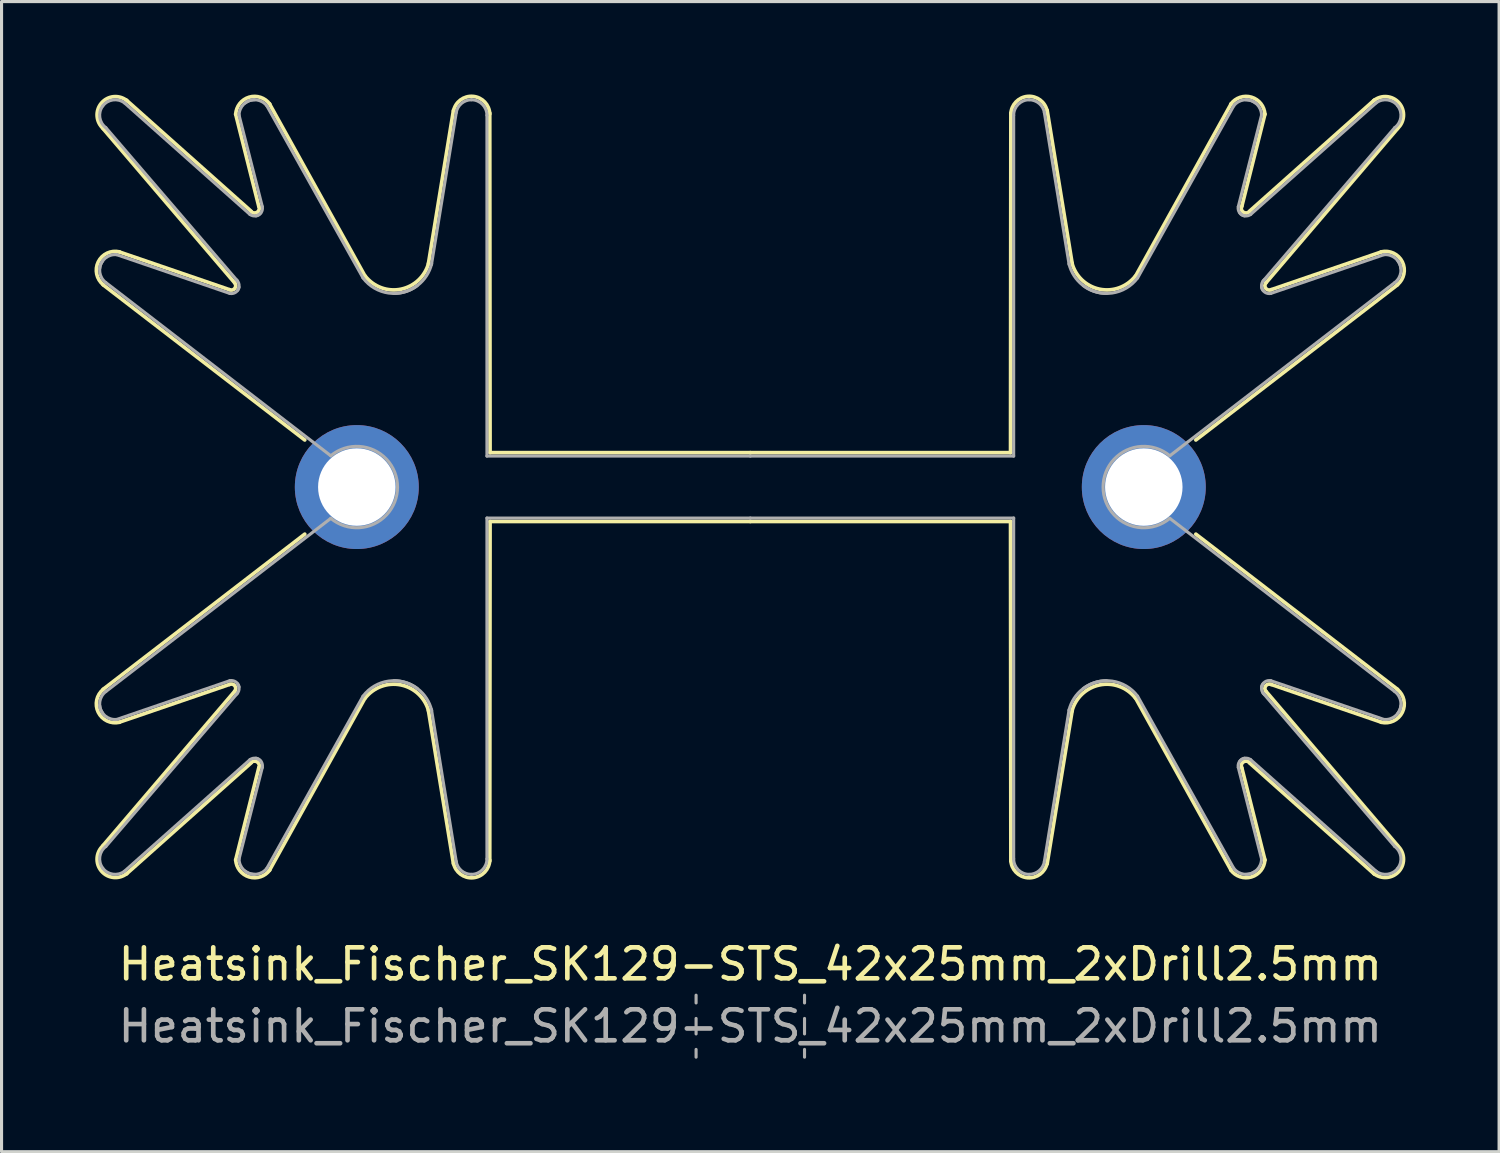
<source format=kicad_pcb>
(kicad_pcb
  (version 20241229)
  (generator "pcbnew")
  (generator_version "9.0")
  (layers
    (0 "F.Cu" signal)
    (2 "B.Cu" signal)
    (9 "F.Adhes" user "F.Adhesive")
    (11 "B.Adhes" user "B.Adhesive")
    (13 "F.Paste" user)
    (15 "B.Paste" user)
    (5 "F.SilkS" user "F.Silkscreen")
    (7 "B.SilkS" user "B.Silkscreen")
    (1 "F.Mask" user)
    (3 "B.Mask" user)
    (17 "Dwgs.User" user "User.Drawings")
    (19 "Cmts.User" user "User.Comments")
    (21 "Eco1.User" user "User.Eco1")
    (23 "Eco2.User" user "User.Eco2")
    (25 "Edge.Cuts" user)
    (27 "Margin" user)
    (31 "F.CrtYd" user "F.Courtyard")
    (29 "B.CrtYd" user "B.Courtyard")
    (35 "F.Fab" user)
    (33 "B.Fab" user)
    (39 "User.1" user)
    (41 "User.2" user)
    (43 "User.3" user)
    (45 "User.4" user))
  (footprint "Heatsink_Fischer_SK129-STS_42x25mm_2xDrill2.5mm"
    (layer "F.Cu")
    (at 21.166 12.67)
    (property "Reference" "Heatsink_Fischer_SK129-STS_42x25mm_2xDrill2.5mm" (at 0 15.4 0) (layer "F.SilkS") (effects (font (size 1 1) (thickness 0.15))))
    (attr through_hole)
    (fp_line (start -20.89 -11.57) (end -16.64 -6.59) (stroke (width 0.12) (type solid)) (layer "F.SilkS"))
    (fp_line (start -20.89 -6.53) (end -14.38 -1.52) (stroke (width 0.12) (type solid)) (layer "F.SilkS"))
    (fp_line (start -20.89 6.53) (end -14.38 1.52) (stroke (width 0.12) (type solid)) (layer "F.SilkS"))
    (fp_line (start -20.89 11.57) (end -16.64 6.59) (stroke (width 0.12) (type solid)) (layer "F.SilkS"))
    (fp_line (start -16.81 -6.37) (end -20.37 -7.59) (stroke (width 0.12) (type solid)) (layer "F.SilkS"))
    (fp_line (start -16.81 6.37) (end -20.37 7.59) (stroke (width 0.12) (type solid)) (layer "F.SilkS"))
    (fp_line (start -16.61 -12.04) (end -15.86 -9.05) (stroke (width 0.12) (type solid)) (layer "F.SilkS"))
    (fp_line (start -16.61 12.04) (end -15.86 9.05) (stroke (width 0.12) (type solid)) (layer "F.SilkS"))
    (fp_line (start -16.11 -8.9) (end -20.14 -12.49) (stroke (width 0.12) (type solid)) (layer "F.SilkS"))
    (fp_line (start -16.11 8.9) (end -20.14 12.49) (stroke (width 0.12) (type solid)) (layer "F.SilkS"))
    (fp_line (start -12.43 -6.8) (end -15.52 -12.37) (stroke (width 0.12) (type solid)) (layer "F.SilkS"))
    (fp_line (start -12.43 6.8) (end -15.52 12.37) (stroke (width 0.12) (type solid)) (layer "F.SilkS"))
    (fp_line (start -9.58 -12.16) (end -10.39 -7.2) (stroke (width 0.12) (type solid)) (layer "F.SilkS"))
    (fp_line (start -9.58 12.16) (end -10.39 7.2) (stroke (width 0.12) (type solid)) (layer "F.SilkS"))
    (fp_line (start -8.41 -12.07) (end -8.4 -1.11) (stroke (width 0.12) (type solid)) (layer "F.SilkS"))
    (fp_line (start -8.41 12.07) (end -8.4 1.11) (stroke (width 0.12) (type solid)) (layer "F.SilkS"))
    (fp_line (start -8.4 -1.11) (end 0 -1.11) (stroke (width 0.12) (type solid)) (layer "F.SilkS"))
    (fp_line (start -8.4 1.11) (end 0 1.11) (stroke (width 0.12) (type solid)) (layer "F.SilkS"))
    (fp_line (start 8.4 -1.11) (end 0 -1.11) (stroke (width 0.12) (type solid)) (layer "F.SilkS"))
    (fp_line (start 8.4 1.11) (end 0 1.11) (stroke (width 0.12) (type solid)) (layer "F.SilkS"))
    (fp_line (start 8.41 -12.07) (end 8.4 -1.11) (stroke (width 0.12) (type solid)) (layer "F.SilkS"))
    (fp_line (start 8.41 12.07) (end 8.4 1.11) (stroke (width 0.12) (type solid)) (layer "F.SilkS"))
    (fp_line (start 9.58 -12.16) (end 10.39 -7.2) (stroke (width 0.12) (type solid)) (layer "F.SilkS"))
    (fp_line (start 9.58 12.16) (end 10.39 7.2) (stroke (width 0.12) (type solid)) (layer "F.SilkS"))
    (fp_line (start 12.43 -6.8) (end 15.52 -12.37) (stroke (width 0.12) (type solid)) (layer "F.SilkS"))
    (fp_line (start 12.43 6.8) (end 15.52 12.37) (stroke (width 0.12) (type solid)) (layer "F.SilkS"))
    (fp_line (start 16.11 -8.9) (end 20.14 -12.49) (stroke (width 0.12) (type solid)) (layer "F.SilkS"))
    (fp_line (start 16.11 8.9) (end 20.14 12.49) (stroke (width 0.12) (type solid)) (layer "F.SilkS"))
    (fp_line (start 16.61 -12.04) (end 15.86 -9.05) (stroke (width 0.12) (type solid)) (layer "F.SilkS"))
    (fp_line (start 16.61 12.04) (end 15.86 9.05) (stroke (width 0.12) (type solid)) (layer "F.SilkS"))
    (fp_line (start 16.81 -6.37) (end 20.37 -7.59) (stroke (width 0.12) (type solid)) (layer "F.SilkS"))
    (fp_line (start 16.81 6.37) (end 20.37 7.59) (stroke (width 0.12) (type solid)) (layer "F.SilkS"))
    (fp_line (start 20.89 -11.57) (end 16.64 -6.59) (stroke (width 0.12) (type solid)) (layer "F.SilkS"))
    (fp_line (start 20.89 -6.53) (end 14.38 -1.52) (stroke (width 0.12) (type solid)) (layer "F.SilkS"))
    (fp_line (start 20.89 6.53) (end 14.38 1.52) (stroke (width 0.12) (type solid)) (layer "F.SilkS"))
    (fp_line (start 20.89 11.57) (end 16.64 6.59) (stroke (width 0.12) (type solid)) (layer "F.SilkS"))
    (fp_arc (start -20.883567 -11.569995) (mid -20.940157 -12.391914) (end -20.12 -12.47) (stroke (width 0.12) (type solid)) (layer "F.SilkS"))
    (fp_arc (start -20.88201 -6.529077) (mid -21.044088 -7.26771) (end -20.36 -7.59) (stroke (width 0.12) (type solid)) (layer "F.SilkS"))
    (fp_arc (start -20.36 7.59) (mid -21.044305 7.267269) (end -20.881246 6.528459) (stroke (width 0.12) (type solid)) (layer "F.SilkS"))
    (fp_arc (start -20.12 12.47) (mid -20.940246 12.391809) (end -20.883361 11.56981) (stroke (width 0.12) (type solid)) (layer "F.SilkS"))
    (fp_arc (start -16.81 6.37) (mid -16.635916 6.413485) (end -16.641006 6.592846) (stroke (width 0.12) (type solid)) (layer "F.SilkS"))
    (fp_arc (start -16.641005 -6.592844) (mid -16.635917 -6.413484) (end -16.81 -6.37) (stroke (width 0.12) (type solid)) (layer "F.SilkS"))
    (fp_arc (start -16.607253 -12.030714) (mid -16.174769 -12.58237) (end -15.51 -12.36) (stroke (width 0.12) (type solid)) (layer "F.SilkS"))
    (fp_arc (start -16.11 8.89) (mid -15.907388 8.875008) (end -15.862738 9.073206) (stroke (width 0.12) (type solid)) (layer "F.SilkS"))
    (fp_arc (start -15.862646 -9.073033) (mid -15.907467 -8.87495) (end -16.11 -8.89) (stroke (width 0.12) (type solid)) (layer "F.SilkS"))
    (fp_arc (start -15.51 12.36) (mid -16.175176 12.582248) (end -16.607296 12.029866) (stroke (width 0.12) (type solid)) (layer "F.SilkS"))
    (fp_arc (start -12.43 6.81) (mid -11.270695 6.386526) (end -10.37849 7.239338) (stroke (width 0.12) (type solid)) (layer "F.SilkS"))
    (fp_arc (start -10.378725 -7.238423) (mid -11.271157 -6.386429) (end -12.43 -6.81) (stroke (width 0.12) (type solid)) (layer "F.SilkS"))
    (fp_arc (start -9.578367 -12.138285) (mid -8.950514 -12.608261) (end -8.41 -12.04) (stroke (width 0.12) (type solid)) (layer "F.SilkS"))
    (fp_arc (start -8.41 12.04) (mid -8.950833 12.608288) (end -9.578495 12.137659) (stroke (width 0.12) (type solid)) (layer "F.SilkS"))
    (fp_arc (start 8.41 -12.04) (mid 8.950833 -12.608288) (end 9.578495 -12.137659) (stroke (width 0.12) (type solid)) (layer "F.SilkS"))
    (fp_arc (start 9.578367 12.138285) (mid 8.950514 12.608261) (end 8.41 12.04) (stroke (width 0.12) (type solid)) (layer "F.SilkS"))
    (fp_arc (start 10.378725 7.238423) (mid 11.271157 6.386429) (end 12.43 6.81) (stroke (width 0.12) (type solid)) (layer "F.SilkS"))
    (fp_arc (start 12.43 -6.81) (mid 11.270695 -6.386526) (end 10.37849 -7.239338) (stroke (width 0.12) (type solid)) (layer "F.SilkS"))
    (fp_arc (start 15.51 -12.36) (mid 16.175176 -12.582248) (end 16.607296 -12.029866) (stroke (width 0.12) (type solid)) (layer "F.SilkS"))
    (fp_arc (start 15.862646 9.073033) (mid 15.907467 8.87495) (end 16.11 8.89) (stroke (width 0.12) (type solid)) (layer "F.SilkS"))
    (fp_arc (start 16.11 -8.89) (mid 15.907388 -8.875008) (end 15.862738 -9.073206) (stroke (width 0.12) (type solid)) (layer "F.SilkS"))
    (fp_arc (start 16.607253 12.030714) (mid 16.174769 12.58237) (end 15.51 12.36) (stroke (width 0.12) (type solid)) (layer "F.SilkS"))
    (fp_arc (start 16.641005 6.592844) (mid 16.635917 6.413484) (end 16.81 6.37) (stroke (width 0.12) (type solid)) (layer "F.SilkS"))
    (fp_arc (start 16.81 -6.37) (mid 16.635916 -6.413485) (end 16.641006 -6.592846) (stroke (width 0.12) (type solid)) (layer "F.SilkS"))
    (fp_arc (start 20.12 -12.47) (mid 20.940246 -12.391809) (end 20.883361 -11.56981) (stroke (width 0.12) (type solid)) (layer "F.SilkS"))
    (fp_arc (start 20.36 -7.59) (mid 21.044305 -7.267269) (end 20.881246 -6.528459) (stroke (width 0.12) (type solid)) (layer "F.SilkS"))
    (fp_arc (start 20.88201 6.529077) (mid 21.044088 7.26771) (end 20.36 7.59) (stroke (width 0.12) (type solid)) (layer "F.SilkS"))
    (fp_arc (start 20.883567 11.569995) (mid 20.940157 12.391914) (end 20.12 12.47) (stroke (width 0.12) (type solid)) (layer "F.SilkS"))
    (fp_line (start -20.8 -6.6) (end -13.54 -1.01) (stroke (width 0.1) (type solid)) (layer "F.Fab"))
    (fp_line (start -20.8 6.6) (end -13.54 1.01) (stroke (width 0.1) (type solid)) (layer "F.Fab"))
    (fp_line (start -16.8 -6.25) (end -20.45 -7.5) (stroke (width 0.1) (type solid)) (layer "F.Fab"))
    (fp_line (start -16.8 6.25) (end -20.45 7.5) (stroke (width 0.1) (type solid)) (layer "F.Fab"))
    (fp_line (start -16.55 -6.65) (end -20.8 -11.6) (stroke (width 0.1) (type solid)) (layer "F.Fab"))
    (fp_line (start -16.55 6.65) (end -20.8 11.6) (stroke (width 0.1) (type solid)) (layer "F.Fab"))
    (fp_line (start -16.5 -12) (end -15.75 -9.05) (stroke (width 0.1) (type solid)) (layer "F.Fab"))
    (fp_line (start -16.5 12) (end -15.75 9.05) (stroke (width 0.1) (type solid)) (layer "F.Fab"))
    (fp_line (start -16.15 -8.8) (end -20.2 -12.4) (stroke (width 0.1) (type solid)) (layer "F.Fab"))
    (fp_line (start -16.15 8.8) (end -20.2 12.4) (stroke (width 0.1) (type solid)) (layer "F.Fab"))
    (fp_line (start -12.5 -6.75) (end -15.6 -12.3) (stroke (width 0.1) (type solid)) (layer "F.Fab"))
    (fp_line (start -12.5 6.75) (end -15.6 12.3) (stroke (width 0.1) (type solid)) (layer "F.Fab"))
    (fp_line (start -9.49 -12.09) (end -10.29 -7.18) (stroke (width 0.1) (type solid)) (layer "F.Fab"))
    (fp_line (start -9.49 12.09) (end -10.29 7.18) (stroke (width 0.1) (type solid)) (layer "F.Fab"))
    (fp_line (start -8.5 -12) (end -8.5 -1) (stroke (width 0.1) (type solid)) (layer "F.Fab"))
    (fp_line (start -8.5 12) (end -8.5 1) (stroke (width 0.1) (type solid)) (layer "F.Fab"))
    (fp_line (start -1.75 16.4) (end -1.75 16.65) (stroke (width 0.1) (type solid)) (layer "F.Fab"))
    (fp_line (start -1.75 17.15) (end -1.75 17.65) (stroke (width 0.1) (type solid)) (layer "F.Fab"))
    (fp_line (start -1.75 18.4) (end -1.75 18.15) (stroke (width 0.1) (type solid)) (layer "F.Fab"))
    (fp_line (start 0 -1) (end -8.5 -1) (stroke (width 0.1) (type solid)) (layer "F.Fab"))
    (fp_line (start 0 -1) (end 8.5 -1) (stroke (width 0.1) (type solid)) (layer "F.Fab"))
    (fp_line (start 0 1) (end -8.5 1) (stroke (width 0.1) (type solid)) (layer "F.Fab"))
    (fp_line (start 0 1) (end 8.5 1) (stroke (width 0.1) (type solid)) (layer "F.Fab"))
    (fp_line (start 1.75 16.4) (end 1.75 16.65) (stroke (width 0.1) (type solid)) (layer "F.Fab"))
    (fp_line (start 1.75 17.15) (end 1.75 17.65) (stroke (width 0.1) (type solid)) (layer "F.Fab"))
    (fp_line (start 1.75 18.15) (end 1.75 18.4) (stroke (width 0.1) (type solid)) (layer "F.Fab"))
    (fp_line (start 8.5 -12) (end 8.5 -1) (stroke (width 0.1) (type solid)) (layer "F.Fab"))
    (fp_line (start 8.5 12) (end 8.5 1) (stroke (width 0.1) (type solid)) (layer "F.Fab"))
    (fp_line (start 9.49 -12.09) (end 10.29 -7.18) (stroke (width 0.1) (type solid)) (layer "F.Fab"))
    (fp_line (start 9.49 12.09) (end 10.29 7.18) (stroke (width 0.1) (type solid)) (layer "F.Fab"))
    (fp_line (start 12.5 -6.75) (end 15.6 -12.3) (stroke (width 0.1) (type solid)) (layer "F.Fab"))
    (fp_line (start 12.5 6.75) (end 15.6 12.3) (stroke (width 0.1) (type solid)) (layer "F.Fab"))
    (fp_line (start 16.15 -8.8) (end 20.2 -12.4) (stroke (width 0.1) (type solid)) (layer "F.Fab"))
    (fp_line (start 16.15 8.8) (end 20.2 12.4) (stroke (width 0.1) (type solid)) (layer "F.Fab"))
    (fp_line (start 16.5 -12) (end 15.75 -9.05) (stroke (width 0.1) (type solid)) (layer "F.Fab"))
    (fp_line (start 16.5 12) (end 15.75 9.05) (stroke (width 0.1) (type solid)) (layer "F.Fab"))
    (fp_line (start 16.55 -6.65) (end 20.8 -11.6) (stroke (width 0.1) (type solid)) (layer "F.Fab"))
    (fp_line (start 16.55 6.65) (end 20.8 11.6) (stroke (width 0.1) (type solid)) (layer "F.Fab"))
    (fp_line (start 16.8 -6.25) (end 20.45 -7.5) (stroke (width 0.1) (type solid)) (layer "F.Fab"))
    (fp_line (start 16.8 6.25) (end 20.45 7.5) (stroke (width 0.1) (type solid)) (layer "F.Fab"))
    (fp_line (start 20.8 -6.6) (end 13.54 -1.01) (stroke (width 0.1) (type solid)) (layer "F.Fab"))
    (fp_line (start 20.8 6.6) (end 13.54 1.01) (stroke (width 0.1) (type solid)) (layer "F.Fab"))
    (fp_arc (start -21 -7.05) (mid -20.818198 -7.388909) (end -20.45 -7.5) (stroke (width 0.1) (type solid)) (layer "F.Fab"))
    (fp_arc (start -20.9 -12.3) (mid -20.570711 -12.494975) (end -20.2 -12.4) (stroke (width 0.1) (type solid)) (layer "F.Fab"))
    (fp_arc (start -20.9 7.3) (mid -20.994975 6.929289) (end -20.8 6.6) (stroke (width 0.1) (type solid)) (layer "F.Fab"))
    (fp_arc (start -20.9 12.3) (mid -20.994975 11.929289) (end -20.8 11.6) (stroke (width 0.1) (type solid)) (layer "F.Fab"))
    (fp_arc (start -20.8 -11.6) (mid -20.994975 -11.929289) (end -20.9 -12.3) (stroke (width 0.1) (type solid)) (layer "F.Fab"))
    (fp_arc (start -20.8 -6.6) (mid -20.994975 -6.929289) (end -20.9 -7.3) (stroke (width 0.1) (type solid)) (layer "F.Fab"))
    (fp_arc (start -20.45 7.5) (mid -20.818198 7.388909) (end -21 7.05) (stroke (width 0.1) (type solid)) (layer "F.Fab"))
    (fp_arc (start -20.2 12.4) (mid -20.570711 12.494975) (end -20.9 12.3) (stroke (width 0.1) (type solid)) (layer "F.Fab"))
    (fp_arc (start -16.8 6.25) (mid -16.608579 6.287868) (end -16.5 6.45) (stroke (width 0.1) (type solid)) (layer "F.Fab"))
    (fp_arc (start -16.6 -6.7) (mid -16.502513 -6.535355) (end -16.55 -6.35) (stroke (width 0.1) (type solid)) (layer "F.Fab"))
    (fp_arc (start -16.55 6.35) (mid -16.502513 6.535355) (end -16.6 6.7) (stroke (width 0.1) (type solid)) (layer "F.Fab"))
    (fp_arc (start -16.5 -12) (mid -16.353553 -12.353553) (end -16 -12.5) (stroke (width 0.1) (type solid)) (layer "F.Fab"))
    (fp_arc (start -16.5 -6.45) (mid -16.608579 -6.287868) (end -16.8 -6.25) (stroke (width 0.1) (type solid)) (layer "F.Fab"))
    (fp_arc (start -16.3 -12.4) (mid -15.929289 -12.494975) (end -15.6 -12.3) (stroke (width 0.1) (type solid)) (layer "F.Fab"))
    (fp_arc (start -16.15 8.8) (mid -15.964645 8.752513) (end -15.8 8.85) (stroke (width 0.1) (type solid)) (layer "F.Fab"))
    (fp_arc (start -16 12.5) (mid -16.353553 12.353553) (end -16.5 12) (stroke (width 0.1) (type solid)) (layer "F.Fab"))
    (fp_arc (start -15.95 8.75) (mid -15.787868 8.858579) (end -15.75 9.05) (stroke (width 0.1) (type solid)) (layer "F.Fab"))
    (fp_arc (start -15.8 -8.85) (mid -15.964645 -8.752513) (end -16.15 -8.8) (stroke (width 0.1) (type solid)) (layer "F.Fab"))
    (fp_arc (start -15.75 -9.05) (mid -15.787868 -8.858579) (end -15.95 -8.75) (stroke (width 0.1) (type solid)) (layer "F.Fab"))
    (fp_arc (start -15.6 12.3) (mid -15.929289 12.494975) (end -16.3 12.4) (stroke (width 0.1) (type solid)) (layer "F.Fab"))
    (fp_arc (start -13.54 -1.01) (mid -11.386341 0.000006) (end -13.54001 1.009992) (stroke (width 0.1) (type solid)) (layer "F.Fab"))
    (fp_arc (start -12.5 6.75) (mid -11.676777 6.262563) (end -10.75 6.5) (stroke (width 0.1) (type solid)) (layer "F.Fab"))
    (fp_arc (start -11.5 6.25) (mid -10.725943 6.518504) (end -10.284425 7.208664) (stroke (width 0.1) (type solid)) (layer "F.Fab"))
    (fp_arc (start -10.75 -6.5) (mid -11.676777 -6.262563) (end -12.5 -6.75) (stroke (width 0.1) (type solid)) (layer "F.Fab"))
    (fp_arc (start -10.284538 -7.208193) (mid -10.726133 -6.518354) (end -11.5 -6.25) (stroke (width 0.1) (type solid)) (layer "F.Fab"))
    (fp_arc (start -9.493428 -12.080802) (mid -9.323728 -12.381052) (end -9 -12.5) (stroke (width 0.1) (type solid)) (layer "F.Fab"))
    (fp_arc (start -9 -12.5) (mid -8.646447 -12.353553) (end -8.5 -12) (stroke (width 0.1) (type solid)) (layer "F.Fab"))
    (fp_arc (start -9 12.5) (mid -9.323819 12.380974) (end -9.493467 12.080565) (stroke (width 0.1) (type solid)) (layer "F.Fab"))
    (fp_arc (start -8.5 12) (mid -8.646447 12.353553) (end -9 12.5) (stroke (width 0.1) (type solid)) (layer "F.Fab"))
    (fp_arc (start 8.5 -12) (mid 8.646447 -12.353553) (end 9 -12.5) (stroke (width 0.1) (type solid)) (layer "F.Fab"))
    (fp_arc (start 9 -12.5) (mid 9.323819 -12.380974) (end 9.493467 -12.080565) (stroke (width 0.1) (type solid)) (layer "F.Fab"))
    (fp_arc (start 9 12.5) (mid 8.646447 12.353553) (end 8.5 12) (stroke (width 0.1) (type solid)) (layer "F.Fab"))
    (fp_arc (start 9.493428 12.080802) (mid 9.323728 12.381052) (end 9 12.5) (stroke (width 0.1) (type solid)) (layer "F.Fab"))
    (fp_arc (start 10.284538 7.208193) (mid 10.726133 6.518354) (end 11.5 6.25) (stroke (width 0.1) (type solid)) (layer "F.Fab"))
    (fp_arc (start 10.75 6.5) (mid 11.676777 6.262563) (end 12.5 6.75) (stroke (width 0.1) (type solid)) (layer "F.Fab"))
    (fp_arc (start 11.5 -6.25) (mid 10.725943 -6.518504) (end 10.284425 -7.208664) (stroke (width 0.1) (type solid)) (layer "F.Fab"))
    (fp_arc (start 12.5 -6.75) (mid 11.676777 -6.262563) (end 10.75 -6.5) (stroke (width 0.1) (type solid)) (layer "F.Fab"))
    (fp_arc (start 13.54 1.01) (mid 11.386341 -0.000006) (end 13.54001 -1.009992) (stroke (width 0.1) (type solid)) (layer "F.Fab"))
    (fp_arc (start 15.6 -12.3) (mid 15.929289 -12.494975) (end 16.3 -12.4) (stroke (width 0.1) (type solid)) (layer "F.Fab"))
    (fp_arc (start 15.75 9.05) (mid 15.787868 8.858579) (end 15.95 8.75) (stroke (width 0.1) (type solid)) (layer "F.Fab"))
    (fp_arc (start 15.8 8.85) (mid 15.964645 8.752513) (end 16.15 8.8) (stroke (width 0.1) (type solid)) (layer "F.Fab"))
    (fp_arc (start 15.95 -8.75) (mid 15.787868 -8.858579) (end 15.75 -9.05) (stroke (width 0.1) (type solid)) (layer "F.Fab"))
    (fp_arc (start 16 -12.5) (mid 16.353553 -12.353553) (end 16.5 -12) (stroke (width 0.1) (type solid)) (layer "F.Fab"))
    (fp_arc (start 16.15 -8.8) (mid 15.964645 -8.752513) (end 15.8 -8.85) (stroke (width 0.1) (type solid)) (layer "F.Fab"))
    (fp_arc (start 16.3 12.4) (mid 15.929289 12.494975) (end 15.6 12.3) (stroke (width 0.1) (type solid)) (layer "F.Fab"))
    (fp_arc (start 16.5 6.45) (mid 16.608579 6.287868) (end 16.8 6.25) (stroke (width 0.1) (type solid)) (layer "F.Fab"))
    (fp_arc (start 16.5 12) (mid 16.353553 12.353553) (end 16 12.5) (stroke (width 0.1) (type solid)) (layer "F.Fab"))
    (fp_arc (start 16.55 -6.35) (mid 16.502513 -6.535355) (end 16.6 -6.7) (stroke (width 0.1) (type solid)) (layer "F.Fab"))
    (fp_arc (start 16.6 6.7) (mid 16.502513 6.535355) (end 16.55 6.35) (stroke (width 0.1) (type solid)) (layer "F.Fab"))
    (fp_arc (start 16.8 -6.25) (mid 16.608579 -6.287868) (end 16.5 -6.45) (stroke (width 0.1) (type solid)) (layer "F.Fab"))
    (fp_arc (start 20.2 -12.4) (mid 20.570711 -12.494975) (end 20.9 -12.3) (stroke (width 0.1) (type solid)) (layer "F.Fab"))
    (fp_arc (start 20.45 -7.5) (mid 20.818198 -7.388909) (end 21 -7.05) (stroke (width 0.1) (type solid)) (layer "F.Fab"))
    (fp_arc (start 20.8 6.6) (mid 20.994975 6.929289) (end 20.9 7.3) (stroke (width 0.1) (type solid)) (layer "F.Fab"))
    (fp_arc (start 20.8 11.6) (mid 20.994975 11.929289) (end 20.9 12.3) (stroke (width 0.1) (type solid)) (layer "F.Fab"))
    (fp_arc (start 20.9 -12.3) (mid 20.994975 -11.929289) (end 20.8 -11.6) (stroke (width 0.1) (type solid)) (layer "F.Fab"))
    (fp_arc (start 20.9 -7.3) (mid 20.994975 -6.929289) (end 20.8 -6.6) (stroke (width 0.1) (type solid)) (layer "F.Fab"))
    (fp_arc (start 20.9 12.3) (mid 20.570711 12.494975) (end 20.2 12.4) (stroke (width 0.1) (type solid)) (layer "F.Fab"))
    (fp_arc (start 21 7.05) (mid 20.818198 7.388909) (end 20.45 7.5) (stroke (width 0.1) (type solid)) (layer "F.Fab"))
    (fp_text user "${REFERENCE}" (at 0 17.4 0) (layer "F.Fab") (effects (font (size 1 1) (thickness 0.15))))
    (pad "1" thru_hole circle (at -12.7 0 180) (size 4 4) (drill 2.5) (layers "*.Cu" "*.Mask"))
    (pad "1" thru_hole circle (at 12.7 0) (size 4 4) (drill 2.5) (layers "*.Cu" "*.Mask")))
  (gr_rect
    (start -3 -3)
    (end 45.333 34.12)
    (stroke (width 0.1) (type default))
    (fill no)
    (layer "Edge.Cuts")))
</source>
